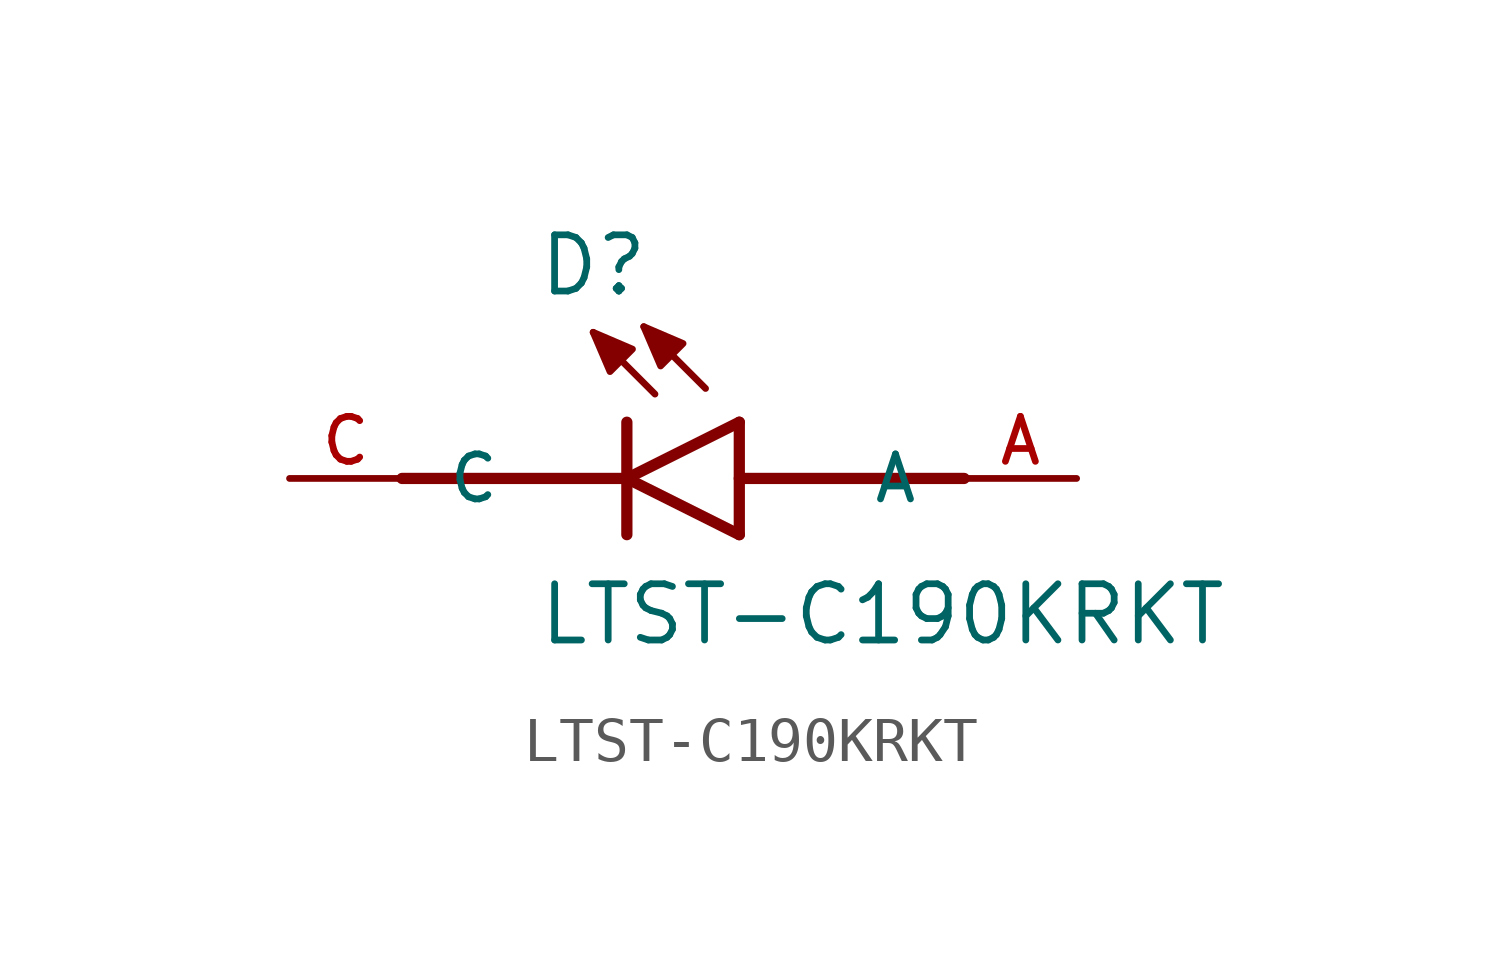
<source format=kicad_sym>
(kicad_symbol_lib
  (version 20211014)
  (generator kicad_symbol_editor)
  (symbol "LTST-C190KRKT"
    (pin_names
      (offset 1.016))
    (property "Reference" "D"
      (at -2.035 4.07 0)
      (effects (font (size 1.27 1.27)) (justify bottom left)))
    (property "Value" "LTST-C190KRKT"
      (at -2.034 -3.813 0)
      (effects (font (size 1.27 1.27)) (justify bottom left)))
    (symbol "LTST-C190KRKT_0_0"
      (polyline (pts (xy 2.54 -1.27) (xy 0.0 0.0)) (stroke (width 0.254)))
      (polyline (pts (xy 0.0 0.0) (xy 2.54 1.27)) (stroke (width 0.254)))
      (polyline (pts (xy 0.0 -1.27) (xy 0.0 0.0)) (stroke (width 0.254)))
      (polyline (pts (xy 0.0 0.0) (xy 0.0 1.27)) (stroke (width 0.254)))
      (polyline (pts (xy 2.54 -1.27) (xy 2.54 1.27)) (stroke (width 0.254)))
      (polyline (pts (xy 1.778 2.032) (xy 0.381 3.429)) (stroke (width 0.152)))
      (polyline (pts (xy 0.635 1.905) (xy -0.762 3.302)) (stroke (width 0.152)))
      (polyline (pts (xy 0.381 3.429) (xy 1.27 3.048) (xy 0.762 2.54) (xy 0.381 3.429)) (stroke (width 0.152)) (fill (type outline)))
      (polyline (pts (xy -0.762 3.302) (xy 0.127 2.921) (xy -0.381 2.413) (xy -0.762 3.302)) (stroke (width 0.152)) (fill (type outline)))
      (polyline (pts (xy -5.08 0.0) (xy 0.0 0.0)) (stroke (width 0.254)))
      (polyline (pts (xy 2.54 0.0) (xy 7.62 0.0)) (stroke (width 0.254)))
      (pin passive line (at -7.62 0.0 0) (length 2.54) (name "C" (effects (font (size 1.016 1.016)))) (number "C" (effects (font (size 1.016 1.016)))))
      (pin passive line (at 10.16 0.0 180.0) (length 2.54) (name "A" (effects (font (size 1.016 1.016)))) (number "A" (effects (font (size 1.016 1.016))))))))
</source>
